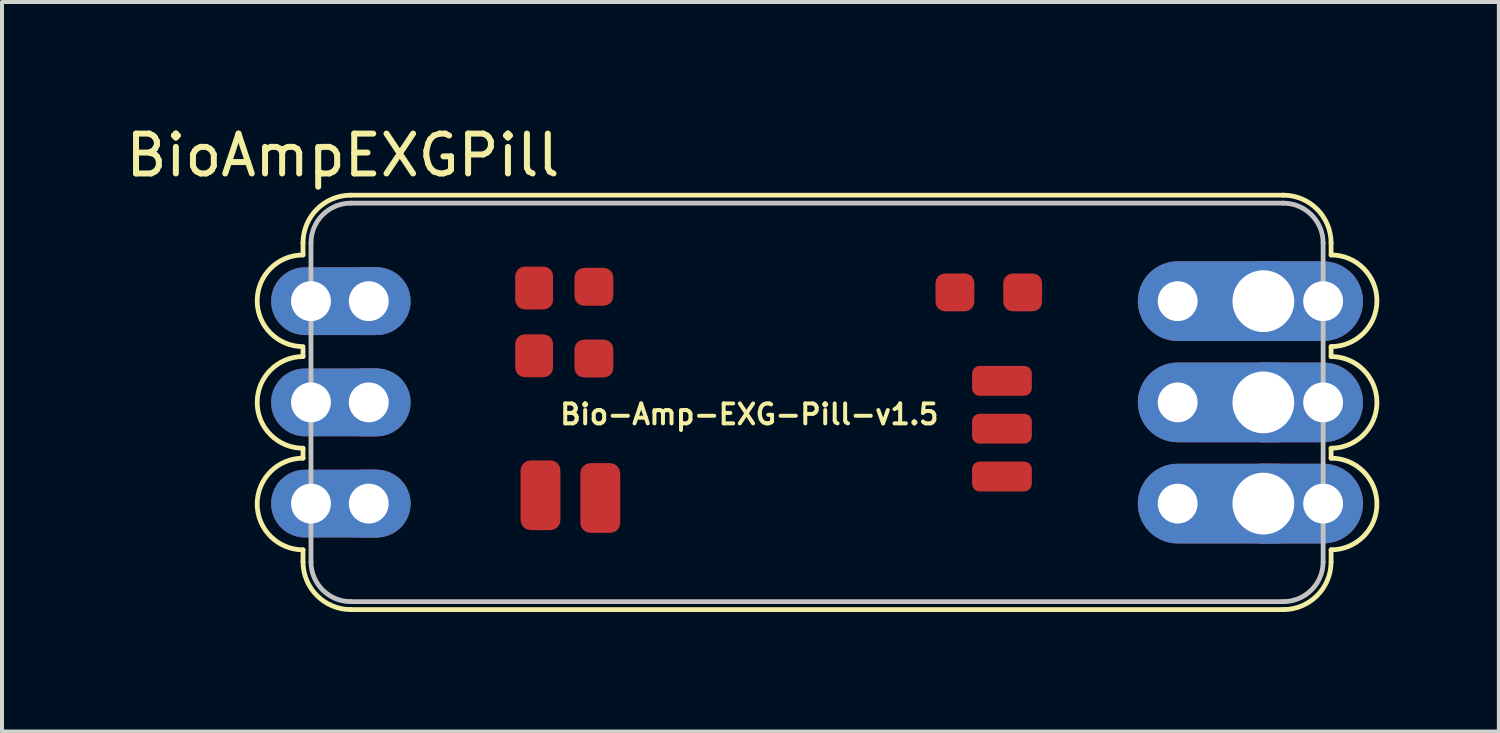
<source format=kicad_pcb>
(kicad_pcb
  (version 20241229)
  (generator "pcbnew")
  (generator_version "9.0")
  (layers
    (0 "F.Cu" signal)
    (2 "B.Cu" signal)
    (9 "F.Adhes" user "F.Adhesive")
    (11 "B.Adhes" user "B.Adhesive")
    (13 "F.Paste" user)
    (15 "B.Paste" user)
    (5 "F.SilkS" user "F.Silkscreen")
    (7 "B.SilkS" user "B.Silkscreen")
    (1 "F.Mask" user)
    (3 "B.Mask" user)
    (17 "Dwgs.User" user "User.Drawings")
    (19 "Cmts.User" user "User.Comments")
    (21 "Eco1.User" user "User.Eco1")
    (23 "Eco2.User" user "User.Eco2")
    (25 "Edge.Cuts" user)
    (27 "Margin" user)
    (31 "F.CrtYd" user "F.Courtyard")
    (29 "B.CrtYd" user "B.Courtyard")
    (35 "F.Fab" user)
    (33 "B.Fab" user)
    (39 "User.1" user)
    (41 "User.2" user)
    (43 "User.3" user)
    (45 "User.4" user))
  (footprint "BioAmpEXGPill"
    (layer "F.Cu")
    (at 4.754 12.048)
    (property "Reference" "BioAmpEXGPill" (at 0.8 -11.2 0) (layer "F.SilkS") (effects (font (size 1 1) (thickness 0.15))))
    (attr through_hole)
    (fp_line (start -0.2 -9) (end -0.2 -8.7) (stroke (width 0.12) (type solid)) (layer "F.SilkS"))
    (fp_line (start -0.2 -6.35) (end -0.2 -6.15) (stroke (width 0.12) (type solid)) (layer "F.SilkS"))
    (fp_line (start -0.2 -3.85) (end -0.2 -3.6) (stroke (width 0.12) (type solid)) (layer "F.SilkS"))
    (fp_line (start -0.2 -1.3) (end -0.2 -1) (stroke (width 0.12) (type solid)) (layer "F.SilkS"))
    (fp_line (start 24.4 -10.2) (end 1 -10.2) (stroke (width 0.12) (type solid)) (layer "F.SilkS"))
    (fp_line (start 24.4 0.2) (end 1 0.2) (stroke (width 0.12) (type solid)) (layer "F.SilkS"))
    (fp_line (start 25.6 -9) (end 25.6 -8.7) (stroke (width 0.12) (type solid)) (layer "F.SilkS"))
    (fp_line (start 25.6 -6.4) (end 25.6 -6.15) (stroke (width 0.12) (type solid)) (layer "F.SilkS"))
    (fp_line (start 25.6 -3.85) (end 25.6 -3.6) (stroke (width 0.12) (type solid)) (layer "F.SilkS"))
    (fp_line (start 25.6 -1.3) (end 25.6 -1) (stroke (width 0.12) (type solid)) (layer "F.SilkS"))
    (fp_arc (start -0.2 -9) (mid 0.151472 -9.848528) (end 1 -10.2) (stroke (width 0.12) (type solid)) (layer "F.SilkS"))
    (fp_arc (start -0.2 -6.4) (mid -1.35 -7.55) (end -0.2 -8.7) (stroke (width 0.12) (type solid)) (layer "F.SilkS"))
    (fp_arc (start -0.2 -3.85) (mid -1.35 -5) (end -0.2 -6.15) (stroke (width 0.12) (type solid)) (layer "F.SilkS"))
    (fp_arc (start -0.2 -1.3) (mid -1.35 -2.45) (end -0.2 -3.6) (stroke (width 0.12) (type solid)) (layer "F.SilkS"))
    (fp_arc (start 1 0.2) (mid 0.151472 -0.151472) (end -0.2 -1) (stroke (width 0.12) (type solid)) (layer "F.SilkS"))
    (fp_arc (start 24.4 -10.2) (mid 25.248528 -9.848528) (end 25.6 -9) (stroke (width 0.12) (type solid)) (layer "F.SilkS"))
    (fp_arc (start 25.6 -8.7) (mid 26.75 -7.55) (end 25.6 -6.4) (stroke (width 0.12) (type solid)) (layer "F.SilkS"))
    (fp_arc (start 25.6 -6.15) (mid 26.75 -5) (end 25.6 -3.85) (stroke (width 0.12) (type solid)) (layer "F.SilkS"))
    (fp_arc (start 25.6 -3.6) (mid 26.75 -2.45) (end 25.6 -1.3) (stroke (width 0.12) (type solid)) (layer "F.SilkS"))
    (fp_arc (start 25.6 -1) (mid 25.248528 -0.151472) (end 24.4 0.2) (stroke (width 0.12) (type solid)) (layer "F.SilkS"))
    (fp_line (start 0 -1) (end 0 -9) (stroke (width 0.12) (type solid)) (layer "Dwgs.User"))
    (fp_line (start 1 -10) (end 24.4 -10) (stroke (width 0.12) (type solid)) (layer "Dwgs.User"))
    (fp_line (start 1 0) (end 24.4 0) (stroke (width 0.12) (type solid)) (layer "Dwgs.User"))
    (fp_line (start 25.4 -1) (end 25.4 -9) (stroke (width 0.12) (type solid)) (layer "Dwgs.User"))
    (fp_arc (start 0 -9) (mid 0.292893 -9.707107) (end 1 -10) (stroke (width 0.12) (type solid)) (layer "Dwgs.User"))
    (fp_arc (start 1 0) (mid 0.292893 -0.292893) (end 0 -1) (stroke (width 0.12) (type solid)) (layer "Dwgs.User"))
    (fp_arc (start 24.4 -10) (mid 25.107107 -9.707107) (end 25.4 -9) (stroke (width 0.12) (type solid)) (layer "Dwgs.User"))
    (fp_arc (start 25.4 -1) (mid 25.107107 -0.292893) (end 24.4 0) (stroke (width 0.12) (type solid)) (layer "Dwgs.User"))
    (fp_text user "Bio-Amp-EXG-Pill-v1.5" (at 11 -4.7 0) (layer "F.SilkS") (effects (font (size 0.5 0.5) (thickness 0.1))))
    (pad "1" thru_hole oval (at 0 -7.54) (size 3.5 1.7) (drill 1 (offset 0.75 0)) (layers "*.Cu" "*.Mask"))
    (pad "1" smd roundrect (at 5.6 -6.17 90) (size 1.075 0.95) (layers "F.Cu" "F.Mask" "F.Paste") (roundrect_rratio 0.25))
    (pad "1" smd roundrect (at 5.76 -2.67 90) (size 1.75 1) (layers "F.Cu" "F.Mask" "F.Paste") (roundrect_rratio 0.25))
    (pad "1" smd roundrect (at 7.1 -6.1) (size 0.975 0.95) (layers "F.Cu" "F.Mask" "F.Paste") (roundrect_rratio 0.25))
    (pad "1" smd roundrect (at 16.16 -7.76) (size 0.975 0.95) (layers "F.Cu" "F.Mask" "F.Paste") (roundrect_rratio 0.25))
    (pad "1" smd roundrect (at 17.34 -3.14 180) (size 1.5 0.75) (layers "F.Cu" "F.Mask" "F.Paste") (roundrect_rratio 0.25))
    (pad "1" thru_hole oval (at 21.75 -7.54) (size 4.5 2) (drill 1 (offset 1.25 0)) (layers "*.Cu" "*.Mask"))
    (pad "1" thru_hole oval (at 23.9 -7.54) (size 2 2) (drill 1.55) (layers "*.Cu" "*.Mask"))
    (pad "1" thru_hole oval (at 25.4 -7.54) (size 3.5 2) (drill 1 (offset -0.75 0)) (layers "*.Cu" "*.Mask"))
    (pad "2" thru_hole oval (at 0 -5) (size 3.5 1.7) (drill 1 (offset 0.75 0)) (layers "*.Cu" "*.Mask"))
    (pad "2" thru_hole oval (at 1.45 -7.54) (size 2 1.7) (drill 1) (layers "*.Cu" "*.Mask"))
    (pad "2" thru_hole oval (at 1.45 -5) (size 2 1.7) (drill 1) (layers "*.Cu" "*.Mask"))
    (pad "2" smd roundrect (at 5.6 -7.87 90) (size 1.075 0.95) (layers "F.Cu" "F.Mask" "F.Paste") (roundrect_rratio 0.25))
    (pad "2" smd roundrect (at 7.1 -7.9) (size 0.975 0.95) (layers "F.Cu" "F.Mask" "F.Paste") (roundrect_rratio 0.25))
    (pad "2" smd roundrect (at 7.26 -2.6 90) (size 1.75 1) (layers "F.Cu" "F.Mask" "F.Paste") (roundrect_rratio 0.25))
    (pad "2" smd roundrect (at 17.34 -4.34 180) (size 1.5 0.75) (layers "F.Cu" "F.Mask" "F.Paste") (roundrect_rratio 0.25))
    (pad "2" smd roundrect (at 17.86 -7.76) (size 0.975 0.95) (layers "F.Cu" "F.Mask" "F.Paste") (roundrect_rratio 0.25))
    (pad "2" thru_hole oval (at 21.75 -5) (size 4.5 2) (drill 1 (offset 1.25 0)) (layers "*.Cu" "*.Mask"))
    (pad "2" thru_hole oval (at 23.9 -5) (size 2 2) (drill 1.55) (layers "*.Cu" "*.Mask"))
    (pad "2" thru_hole oval (at 25.4 -5) (size 3.5 2) (drill 1 (offset -0.75 0)) (layers "*.Cu" "*.Mask"))
    (pad "3" thru_hole oval (at 0 -2.46) (size 3.5 1.7) (drill 1 (offset 0.75 0)) (layers "*.Cu" "*.Mask"))
    (pad "3" thru_hole oval (at 1.45 -2.46) (size 2 1.7) (drill 1) (layers "*.Cu" "*.Mask"))
    (pad "3" smd roundrect (at 17.34 -5.54 180) (size 1.5 0.75) (layers "F.Cu" "F.Mask" "F.Paste") (roundrect_rratio 0.25))
    (pad "3" thru_hole oval (at 21.75 -2.46) (size 4.5 2) (drill 1 (offset 1.25 0)) (layers "*.Cu" "*.Mask"))
    (pad "3" thru_hole oval (at 23.9 -2.46) (size 2 2) (drill 1.55) (layers "*.Cu" "*.Mask"))
    (pad "3" thru_hole oval (at 25.4 -2.46) (size 3.5 2) (drill 1 (offset -0.75 0)) (layers "*.Cu" "*.Mask")))
  (gr_rect
    (start -3 -3)
    (end 34.564 15.308)
    (stroke (width 0.1) (type default))
    (fill no)
    (layer "Edge.Cuts")))
</source>
